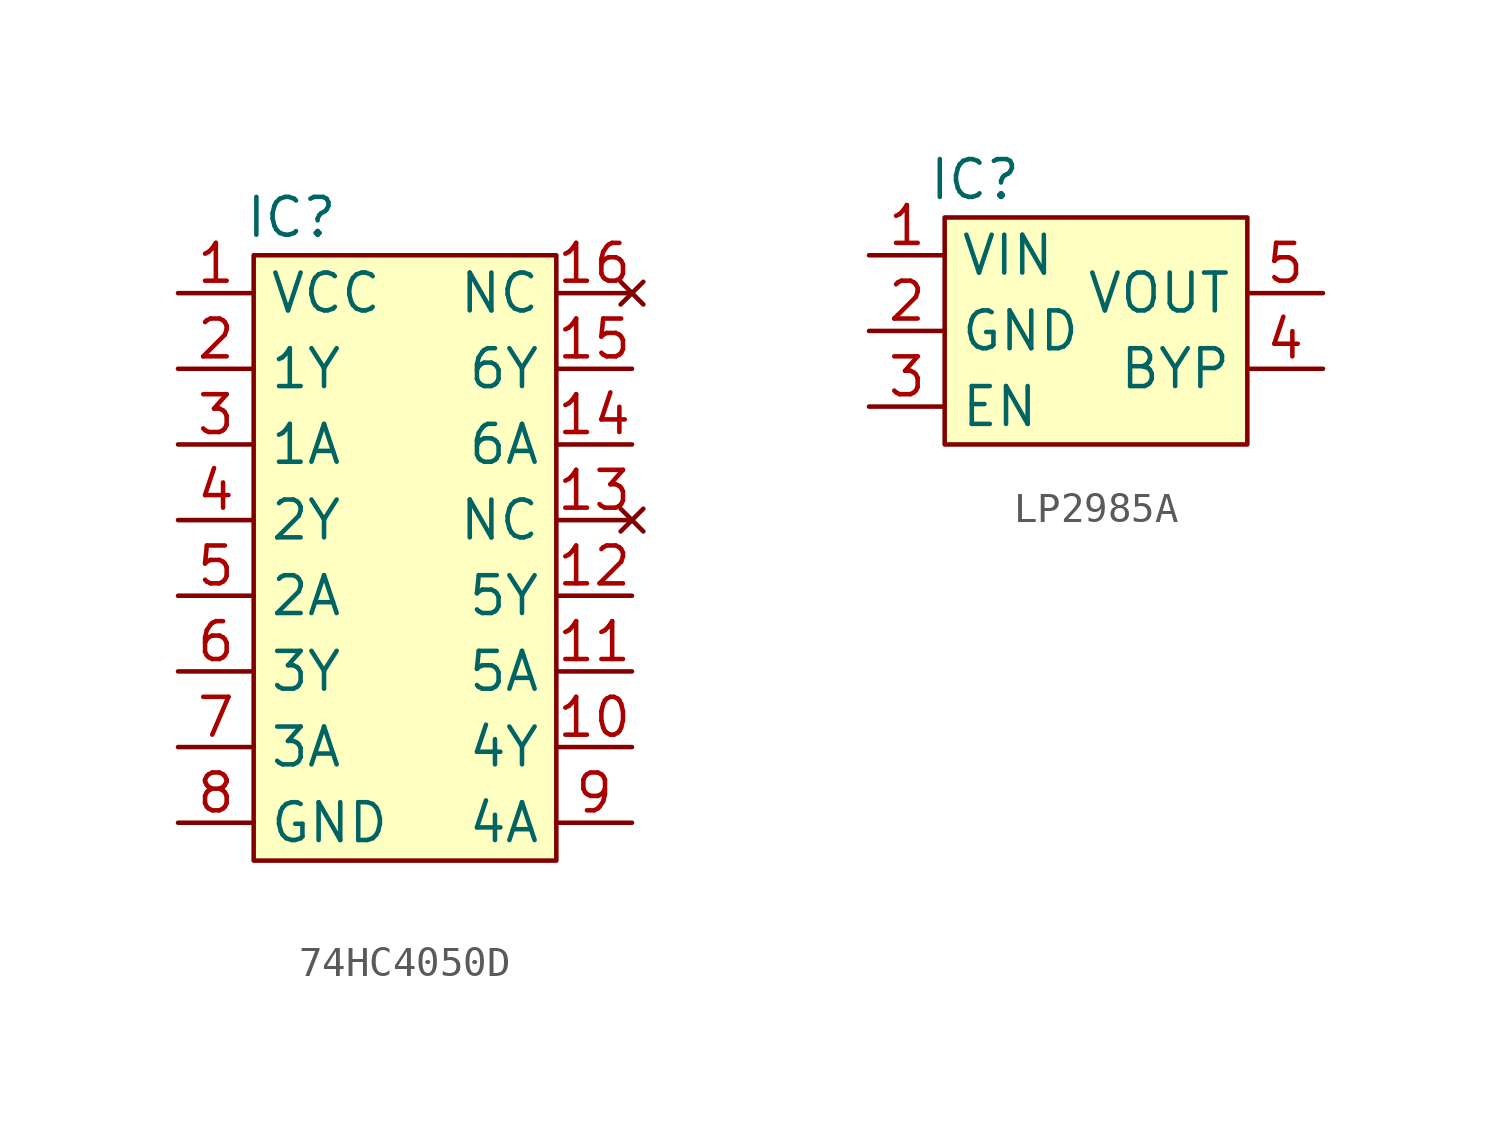
<source format=kicad_sym>
(kicad_symbol_lib
  (version 20231120)
  (generator "kicad_symbol_editor")
  (generator_version "8.0")
  (symbol "74HC4050D"
    (property "Reference" "IC"
      (at 1.27 21.59 0)
      (effects (font (size 1.27 1.27))))
    (property "Value" ""
      (at 0 0 0)
      (effects (font (size 1.27 1.27))))
    (symbol "74HC4050D_1_1"
      (rectangle (start 0 20.32) (end 10.16 0) (stroke (width 0) (type default)) (fill (type background)))
      (pin power_in line (at -2.54 19.05 0) (length 2.54) (name "VCC" (effects (font (size 1.27 1.27)))) (number "1" (effects (font (size 1.27 1.27)))))
      (pin output line (at 12.7 3.81 180) (length 2.54) (name "4Y" (effects (font (size 1.27 1.27)))) (number "10" (effects (font (size 1.27 1.27)))))
      (pin input line (at 12.7 6.35 180) (length 2.54) (name "5A" (effects (font (size 1.27 1.27)))) (number "11" (effects (font (size 1.27 1.27)))))
      (pin output line (at 12.7 8.89 180) (length 2.54) (name "5Y" (effects (font (size 1.27 1.27)))) (number "12" (effects (font (size 1.27 1.27)))))
      (pin no_connect line (at 12.7 11.43 180) (length 2.54) (name "NC" (effects (font (size 1.27 1.27)))) (number "13" (effects (font (size 1.27 1.27)))))
      (pin input line (at 12.7 13.97 180) (length 2.54) (name "6A" (effects (font (size 1.27 1.27)))) (number "14" (effects (font (size 1.27 1.27)))))
      (pin output line (at 12.7 16.51 180) (length 2.54) (name "6Y" (effects (font (size 1.27 1.27)))) (number "15" (effects (font (size 1.27 1.27)))))
      (pin no_connect line (at 12.7 19.05 180) (length 2.54) (name "NC" (effects (font (size 1.27 1.27)))) (number "16" (effects (font (size 1.27 1.27)))))
      (pin output line (at -2.54 16.51 0) (length 2.54) (name "1Y" (effects (font (size 1.27 1.27)))) (number "2" (effects (font (size 1.27 1.27)))))
      (pin input line (at -2.54 13.97 0) (length 2.54) (name "1A" (effects (font (size 1.27 1.27)))) (number "3" (effects (font (size 1.27 1.27)))))
      (pin output line (at -2.54 11.43 0) (length 2.54) (name "2Y" (effects (font (size 1.27 1.27)))) (number "4" (effects (font (size 1.27 1.27)))))
      (pin input line (at -2.54 8.89 0) (length 2.54) (name "2A" (effects (font (size 1.27 1.27)))) (number "5" (effects (font (size 1.27 1.27)))))
      (pin output line (at -2.54 6.35 0) (length 2.54) (name "3Y" (effects (font (size 1.27 1.27)))) (number "6" (effects (font (size 1.27 1.27)))))
      (pin input line (at -2.54 3.81 0) (length 2.54) (name "3A" (effects (font (size 1.27 1.27)))) (number "7" (effects (font (size 1.27 1.27)))))
      (pin passive line (at -2.54 1.27 0) (length 2.54) (name "GND" (effects (font (size 1.27 1.27)))) (number "8" (effects (font (size 1.27 1.27)))))
      (pin input line (at 12.7 1.27 180) (length 2.54) (name "4A" (effects (font (size 1.27 1.27)))) (number "9" (effects (font (size 1.27 1.27)))))))
  (symbol "LP2985A"
    (property "Reference" "IC"
      (at 1.016 8.89 0)
      (effects (font (size 1.27 1.27))))
    (property "Value" ""
      (at 0 0 0)
      (effects (font (size 1.27 1.27))))
    (symbol "LP2985A_1_0"
      (pin passive line (at -2.54 6.35 0) (length 2.54) (name "VIN" (effects (font (size 1.27 1.27)))) (number "1" (effects (font (size 1.27 1.27)))))
      (pin passive line (at -2.54 3.81 0) (length 2.54) (name "GND" (effects (font (size 1.27 1.27)))) (number "2" (effects (font (size 1.27 1.27)))))
      (pin passive line (at -2.54 1.27 0) (length 2.54) (name "EN" (effects (font (size 1.27 1.27)))) (number "3" (effects (font (size 1.27 1.27)))))
      (pin passive line (at 12.7 2.54 180) (length 2.54) (name "BYP" (effects (font (size 1.27 1.27)))) (number "4" (effects (font (size 1.27 1.27)))))
      (pin passive line (at 12.7 5.08 180) (length 2.54) (name "VOUT" (effects (font (size 1.27 1.27)))) (number "5" (effects (font (size 1.27 1.27))))))
    (symbol "LP2985A_1_1"
      (rectangle (start 0 7.62) (end 10.16 0) (stroke (width 0) (type default)) (fill (type background))))))
</source>
